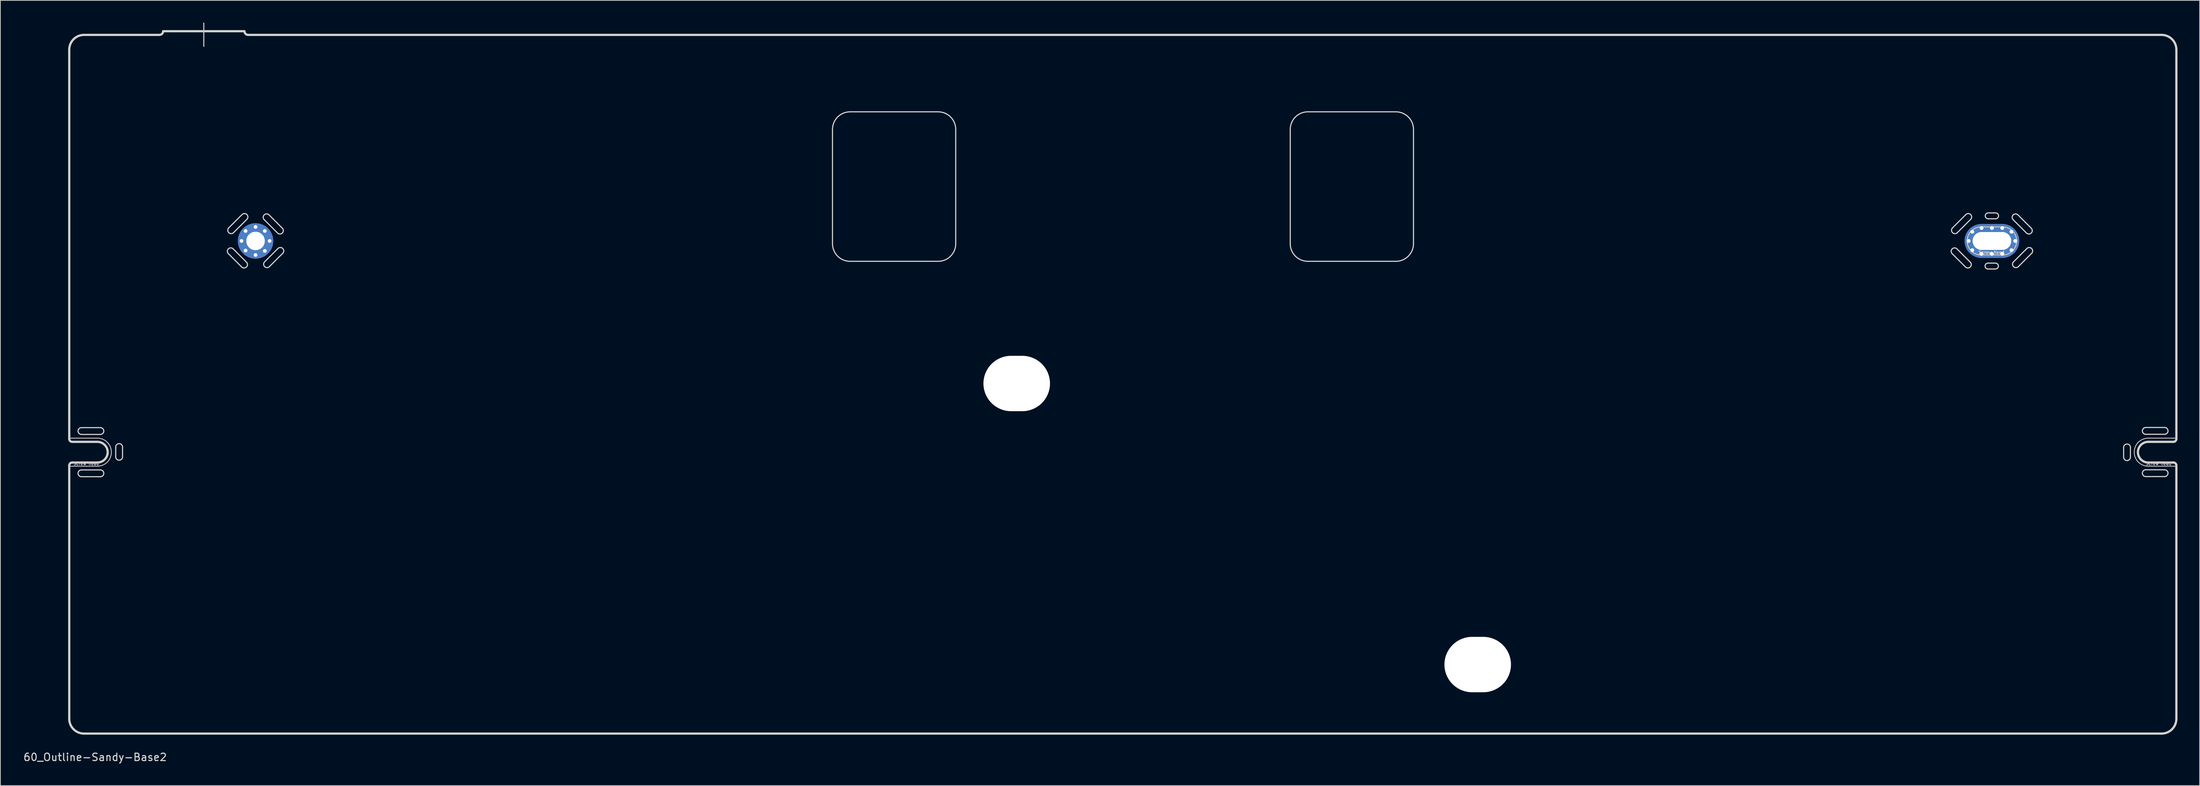
<source format=kicad_pcb>
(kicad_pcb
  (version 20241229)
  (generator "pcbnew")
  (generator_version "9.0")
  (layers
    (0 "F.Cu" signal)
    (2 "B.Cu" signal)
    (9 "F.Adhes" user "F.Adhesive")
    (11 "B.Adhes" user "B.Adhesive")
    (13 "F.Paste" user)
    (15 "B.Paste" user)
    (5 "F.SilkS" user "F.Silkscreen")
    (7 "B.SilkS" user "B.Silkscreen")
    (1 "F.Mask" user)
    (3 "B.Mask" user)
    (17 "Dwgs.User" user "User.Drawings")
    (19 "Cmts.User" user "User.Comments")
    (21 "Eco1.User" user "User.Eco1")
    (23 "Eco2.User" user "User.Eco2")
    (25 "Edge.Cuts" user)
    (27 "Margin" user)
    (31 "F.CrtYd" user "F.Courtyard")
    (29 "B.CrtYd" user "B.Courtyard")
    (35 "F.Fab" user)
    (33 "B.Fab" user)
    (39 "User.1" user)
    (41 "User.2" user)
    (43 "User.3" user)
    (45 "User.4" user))
  (footprint "60_Outline-Sandy-Base2"
    (layer "F.Cu")
    (at 148.815 48.975)
    (property "Reference" "60_Outline-Sandy-Base2" (at -139 50.5 0) (layer "Edge.Cuts") (effects (font (size 1 1) (thickness 0.15))))
    (attr through_hole)
    (fp_line (start -142.5 7.3) (end -138.7 7.3) (stroke (width 0.12) (type solid)) (layer "Dwgs.User"))
    (fp_line (start -142.5 11.1) (end -138.7 11.1) (stroke (width 0.12) (type solid)) (layer "Dwgs.User"))
    (fp_line (start -124.3 -48.9) (end -124.3 -45.75) (stroke (width 0.15) (type solid)) (layer "Dwgs.User"))
    (fp_line (start -15.75 -2.15) (end -12.85 -2.15) (stroke (width 0.12) (type solid)) (layer "Dwgs.User"))
    (fp_line (start -15.75 1.65) (end -12.85 1.65) (stroke (width 0.12) (type solid)) (layer "Dwgs.User"))
    (fp_line (start -15.7 -1.5) (end -12.9 -1.5) (stroke (width 0.12) (type solid)) (layer "Dwgs.User"))
    (fp_line (start -12.9 0.9) (end -15.7 0.9) (stroke (width 0.12) (type solid)) (layer "Dwgs.User"))
    (fp_line (start 46.55 36) (end 49.45 36) (stroke (width 0.12) (type solid)) (layer "Dwgs.User"))
    (fp_line (start 46.55 39.8) (end 49.45 39.8) (stroke (width 0.12) (type solid)) (layer "Dwgs.User"))
    (fp_line (start 46.551 36.055) (end 49.451 36.055) (stroke (width 0.12) (type solid)) (layer "Dwgs.User"))
    (fp_line (start 46.551 39.855) (end 49.451 39.855) (stroke (width 0.12) (type solid)) (layer "Dwgs.User"))
    (fp_line (start 46.601 36.705) (end 49.401 36.705) (stroke (width 0.12) (type solid)) (layer "Dwgs.User"))
    (fp_line (start 49.401 39.105) (end 46.601 39.105) (stroke (width 0.12) (type solid)) (layer "Dwgs.User"))
    (fp_line (start 116.1 -21.3) (end 119 -21.3) (stroke (width 0.12) (type solid)) (layer "Dwgs.User"))
    (fp_line (start 116.1 -21.3) (end 119 -21.3) (stroke (width 0.12) (type solid)) (layer "Dwgs.User"))
    (fp_line (start 116.1 -21.3) (end 119 -21.3) (stroke (width 0.12) (type solid)) (layer "Dwgs.User"))
    (fp_line (start 116.1 -21.3) (end 119 -21.3) (stroke (width 0.12) (type solid)) (layer "Dwgs.User"))
    (fp_line (start 116.1 -17.5) (end 119 -17.5) (stroke (width 0.12) (type solid)) (layer "Dwgs.User"))
    (fp_line (start 116.1 -17.5) (end 119 -17.5) (stroke (width 0.12) (type solid)) (layer "Dwgs.User"))
    (fp_line (start 116.1 -17.5) (end 119 -17.5) (stroke (width 0.12) (type solid)) (layer "Dwgs.User"))
    (fp_line (start 116.1 -17.5) (end 119 -17.5) (stroke (width 0.12) (type solid)) (layer "Dwgs.User"))
    (fp_line (start 138.7 7.3) (end 142.5 7.3) (stroke (width 0.12) (type solid)) (layer "Dwgs.User"))
    (fp_line (start 138.7 11.1) (end 142.5 11.1) (stroke (width 0.12) (type solid)) (layer "Dwgs.User"))
    (fp_arc (start -138.7 7.3) (mid -137.356497 7.856497) (end -136.8 9.2) (stroke (width 0.12) (type solid)) (layer "Dwgs.User"))
    (fp_arc (start -136.8 9.2) (mid -137.356497 10.543503) (end -138.7 11.1) (stroke (width 0.12) (type solid)) (layer "Dwgs.User"))
    (fp_arc (start -17.65 -0.25) (mid -17.093503 -1.593503) (end -15.75 -2.15) (stroke (width 0.12) (type solid)) (layer "Dwgs.User"))
    (fp_arc (start -16.9 -0.3) (mid -16.548528 -1.148528) (end -15.7 -1.5) (stroke (width 0.12) (type solid)) (layer "Dwgs.User"))
    (fp_arc (start -15.75 1.65) (mid -17.093503 1.093503) (end -17.65 -0.25) (stroke (width 0.12) (type solid)) (layer "Dwgs.User"))
    (fp_arc (start -15.7 0.9) (mid -16.548528 0.548528) (end -16.9 -0.3) (stroke (width 0.12) (type solid)) (layer "Dwgs.User"))
    (fp_arc (start -12.9 -1.5) (mid -12.051472 -1.148528) (end -11.7 -0.3) (stroke (width 0.12) (type solid)) (layer "Dwgs.User"))
    (fp_arc (start -12.85 -2.15) (mid -11.506497 -1.593503) (end -10.95 -0.25) (stroke (width 0.12) (type solid)) (layer "Dwgs.User"))
    (fp_arc (start -11.7 -0.3) (mid -12.051472 0.548528) (end -12.9 0.9) (stroke (width 0.12) (type solid)) (layer "Dwgs.User"))
    (fp_arc (start -10.95 -0.25) (mid -11.506497 1.093503) (end -12.85 1.65) (stroke (width 0.12) (type solid)) (layer "Dwgs.User"))
    (fp_arc (start 44.65 37.9) (mid 45.206497 36.556497) (end 46.55 36) (stroke (width 0.12) (type solid)) (layer "Dwgs.User"))
    (fp_arc (start 44.651167 37.955456) (mid 45.207664 36.611953) (end 46.551167 36.055456) (stroke (width 0.12) (type solid)) (layer "Dwgs.User"))
    (fp_arc (start 45.401167 37.905456) (mid 45.752639 37.056928) (end 46.601167 36.705456) (stroke (width 0.12) (type solid)) (layer "Dwgs.User"))
    (fp_arc (start 46.55 39.8) (mid 45.206497 39.243503) (end 44.65 37.9) (stroke (width 0.12) (type solid)) (layer "Dwgs.User"))
    (fp_arc (start 46.551167 39.855456) (mid 45.207664 39.298959) (end 44.651167 37.955456) (stroke (width 0.12) (type solid)) (layer "Dwgs.User"))
    (fp_arc (start 46.601167 39.105456) (mid 45.752639 38.753984) (end 45.401167 37.905456) (stroke (width 0.12) (type solid)) (layer "Dwgs.User"))
    (fp_arc (start 49.401167 36.705456) (mid 50.249695 37.056928) (end 50.601167 37.905456) (stroke (width 0.12) (type solid)) (layer "Dwgs.User"))
    (fp_arc (start 49.45 36) (mid 50.793503 36.556497) (end 51.35 37.9) (stroke (width 0.12) (type solid)) (layer "Dwgs.User"))
    (fp_arc (start 49.451167 36.055456) (mid 50.79467 36.611953) (end 51.351167 37.955456) (stroke (width 0.12) (type solid)) (layer "Dwgs.User"))
    (fp_arc (start 50.601167 37.905456) (mid 50.249695 38.753984) (end 49.401167 39.105456) (stroke (width 0.12) (type solid)) (layer "Dwgs.User"))
    (fp_arc (start 51.35 37.9) (mid 50.793503 39.243503) (end 49.45 39.8) (stroke (width 0.12) (type solid)) (layer "Dwgs.User"))
    (fp_arc (start 51.351167 37.955456) (mid 50.79467 39.298959) (end 49.451167 39.855456) (stroke (width 0.12) (type solid)) (layer "Dwgs.User"))
    (fp_arc (start 114.2 -19.4) (mid 114.756497 -20.743503) (end 116.1 -21.3) (stroke (width 0.12) (type solid)) (layer "Dwgs.User"))
    (fp_arc (start 114.2 -19.4) (mid 114.756497 -20.743503) (end 116.1 -21.3) (stroke (width 0.12) (type solid)) (layer "Dwgs.User"))
    (fp_arc (start 114.2 -19.4) (mid 114.756497 -20.743503) (end 116.1 -21.3) (stroke (width 0.12) (type solid)) (layer "Dwgs.User"))
    (fp_arc (start 114.2 -19.4) (mid 114.756497 -20.743503) (end 116.1 -21.3) (stroke (width 0.12) (type solid)) (layer "Dwgs.User"))
    (fp_arc (start 116.1 -17.5) (mid 114.756497 -18.056497) (end 114.2 -19.4) (stroke (width 0.12) (type solid)) (layer "Dwgs.User"))
    (fp_arc (start 116.1 -17.5) (mid 114.756497 -18.056497) (end 114.2 -19.4) (stroke (width 0.12) (type solid)) (layer "Dwgs.User"))
    (fp_arc (start 116.1 -17.5) (mid 114.756497 -18.056497) (end 114.2 -19.4) (stroke (width 0.12) (type solid)) (layer "Dwgs.User"))
    (fp_arc (start 116.1 -17.5) (mid 114.756497 -18.056497) (end 114.2 -19.4) (stroke (width 0.12) (type solid)) (layer "Dwgs.User"))
    (fp_arc (start 119 -21.3) (mid 120.343503 -20.743503) (end 120.9 -19.4) (stroke (width 0.12) (type solid)) (layer "Dwgs.User"))
    (fp_arc (start 119 -21.3) (mid 120.343503 -20.743503) (end 120.9 -19.4) (stroke (width 0.12) (type solid)) (layer "Dwgs.User"))
    (fp_arc (start 119 -21.3) (mid 120.343503 -20.743503) (end 120.9 -19.4) (stroke (width 0.12) (type solid)) (layer "Dwgs.User"))
    (fp_arc (start 119 -21.3) (mid 120.343503 -20.743503) (end 120.9 -19.4) (stroke (width 0.12) (type solid)) (layer "Dwgs.User"))
    (fp_arc (start 120.9 -19.4) (mid 120.343503 -18.056497) (end 119 -17.5) (stroke (width 0.12) (type solid)) (layer "Dwgs.User"))
    (fp_arc (start 120.9 -19.4) (mid 120.343503 -18.056497) (end 119 -17.5) (stroke (width 0.12) (type solid)) (layer "Dwgs.User"))
    (fp_arc (start 120.9 -19.4) (mid 120.343503 -18.056497) (end 119 -17.5) (stroke (width 0.12) (type solid)) (layer "Dwgs.User"))
    (fp_arc (start 120.9 -19.4) (mid 120.343503 -18.056497) (end 119 -17.5) (stroke (width 0.12) (type solid)) (layer "Dwgs.User"))
    (fp_arc (start 136.8 9.2) (mid 137.356497 7.856497) (end 138.7 7.3) (stroke (width 0.12) (type solid)) (layer "Dwgs.User"))
    (fp_arc (start 138.7 11.1) (mid 137.356497 10.543503) (end 136.8 9.2) (stroke (width 0.12) (type solid)) (layer "Dwgs.User"))
    (fp_line (start -142.5 7.4) (end -142.5 -45.3) (stroke (width 0.3) (type solid)) (layer "Edge.Cuts"))
    (fp_line (start -142.5 45.3) (end -142.5 11) (stroke (width 0.3) (type solid)) (layer "Edge.Cuts"))
    (fp_line (start -142.1 10.6) (end -138.7 10.6) (stroke (width 0.3) (type solid)) (layer "Edge.Cuts"))
    (fp_line (start -140.875 5.875) (end -138.329 5.875) (stroke (width 0.15) (type solid)) (layer "Edge.Cuts"))
    (fp_line (start -140.875 11.6) (end -138.329 11.6) (stroke (width 0.15) (type solid)) (layer "Edge.Cuts"))
    (fp_line (start -140.804 6.795) (end -138.259 6.795) (stroke (width 0.15) (type solid)) (layer "Edge.Cuts"))
    (fp_line (start -140.804 12.52) (end -138.259 12.52) (stroke (width 0.15) (type solid)) (layer "Edge.Cuts"))
    (fp_line (start -140.5 -47.3) (end -130.3 -47.3) (stroke (width 0.3) (type solid)) (layer "Edge.Cuts"))
    (fp_line (start -138.7 7.8) (end -142.1 7.8) (stroke (width 0.3) (type solid)) (layer "Edge.Cuts"))
    (fp_line (start -136.212 9.854) (end -136.212 8.537) (stroke (width 0.15) (type solid)) (layer "Edge.Cuts"))
    (fp_line (start -135.293 9.783) (end -135.293 8.467) (stroke (width 0.15) (type solid)) (layer "Edge.Cuts"))
    (fp_line (start -129.8 -47.8) (end -118.8 -47.8) (stroke (width 0.3) (type solid)) (layer "Edge.Cuts"))
    (fp_line (start -119.15 -15.85) (end -120.95 -17.65) (stroke (width 0.15) (type solid)) (layer "Edge.Cuts"))
    (fp_line (start -119.15 -22.95) (end -120.95 -21.15) (stroke (width 0.15) (type solid)) (layer "Edge.Cuts"))
    (fp_line (start -118.55 -16.55) (end -120.35 -18.35) (stroke (width 0.15) (type solid)) (layer "Edge.Cuts"))
    (fp_line (start -118.45 -22.35) (end -120.25 -20.55) (stroke (width 0.15) (type solid)) (layer "Edge.Cuts"))
    (fp_line (start -114.3 -18.35) (end -116.1 -16.55) (stroke (width 0.15) (type solid)) (layer "Edge.Cuts"))
    (fp_line (start -114.3 -20.45) (end -116.1 -22.25) (stroke (width 0.15) (type solid)) (layer "Edge.Cuts"))
    (fp_line (start -113.7 -21.15) (end -115.5 -22.95) (stroke (width 0.15) (type solid)) (layer "Edge.Cuts"))
    (fp_line (start -113.6 -17.75) (end -115.4 -15.95) (stroke (width 0.15) (type solid)) (layer "Edge.Cuts"))
    (fp_line (start -39.266 -34.503) (end -39.266 -19.025) (stroke (width 0.15) (type solid)) (layer "Edge.Cuts"))
    (fp_line (start -36.884 -36.884) (end -24.978 -36.884) (stroke (width 0.15) (type solid)) (layer "Edge.Cuts"))
    (fp_line (start -36.884 -16.644) (end -24.978 -16.644) (stroke (width 0.15) (type solid)) (layer "Edge.Cuts"))
    (fp_line (start -22.597 -34.503) (end -22.597 -19.025) (stroke (width 0.15) (type solid)) (layer "Edge.Cuts"))
    (fp_line (start 22.647 -34.503) (end 22.647 -19.025) (stroke (width 0.15) (type solid)) (layer "Edge.Cuts"))
    (fp_line (start 25.028 -36.884) (end 36.934 -36.884) (stroke (width 0.15) (type solid)) (layer "Edge.Cuts"))
    (fp_line (start 25.028 -16.644) (end 36.934 -16.644) (stroke (width 0.15) (type solid)) (layer "Edge.Cuts"))
    (fp_line (start 39.316 -34.503) (end 39.316 -19.025) (stroke (width 0.15) (type solid)) (layer "Edge.Cuts"))
    (fp_line (start 114 -15.85) (end 112.2 -17.65) (stroke (width 0.15) (type solid)) (layer "Edge.Cuts"))
    (fp_line (start 114 -22.95) (end 112.2 -21.15) (stroke (width 0.15) (type solid)) (layer "Edge.Cuts"))
    (fp_line (start 114.6 -16.55) (end 112.8 -18.35) (stroke (width 0.15) (type solid)) (layer "Edge.Cuts"))
    (fp_line (start 114.7 -22.35) (end 112.9 -20.55) (stroke (width 0.15) (type solid)) (layer "Edge.Cuts"))
    (fp_line (start 117.025 -16.4) (end 118.025 -16.4) (stroke (width 0.15) (type solid)) (layer "Edge.Cuts"))
    (fp_line (start 117.025 -15.6) (end 118.025 -15.6) (stroke (width 0.15) (type solid)) (layer "Edge.Cuts"))
    (fp_line (start 118.05 -23.2) (end 117.05 -23.2) (stroke (width 0.15) (type solid)) (layer "Edge.Cuts"))
    (fp_line (start 118.05 -22.4) (end 117.05 -22.4) (stroke (width 0.15) (type solid)) (layer "Edge.Cuts"))
    (fp_line (start 122.25 -18.35) (end 120.45 -16.55) (stroke (width 0.15) (type solid)) (layer "Edge.Cuts"))
    (fp_line (start 122.25 -20.45) (end 120.45 -22.25) (stroke (width 0.15) (type solid)) (layer "Edge.Cuts"))
    (fp_line (start 122.85 -21.15) (end 121.05 -22.95) (stroke (width 0.15) (type solid)) (layer "Edge.Cuts"))
    (fp_line (start 122.95 -17.75) (end 121.15 -15.95) (stroke (width 0.15) (type solid)) (layer "Edge.Cuts"))
    (fp_line (start 135.368 8.593) (end 135.368 9.909) (stroke (width 0.15) (type solid)) (layer "Edge.Cuts"))
    (fp_line (start 136.287 8.522) (end 136.287 9.839) (stroke (width 0.15) (type solid)) (layer "Edge.Cuts"))
    (fp_line (start 138.7 7.8) (end 142.1 7.8) (stroke (width 0.3) (type solid)) (layer "Edge.Cuts"))
    (fp_line (start 138.7 10.6) (end 142.1 10.6) (stroke (width 0.3) (type solid)) (layer "Edge.Cuts"))
    (fp_line (start 140.5 -47.3) (end -118.3 -47.3) (stroke (width 0.3) (type solid)) (layer "Edge.Cuts"))
    (fp_line (start 140.5 47.3) (end -140.5 47.3) (stroke (width 0.3) (type solid)) (layer "Edge.Cuts"))
    (fp_line (start 140.879 5.856) (end 138.334 5.856) (stroke (width 0.15) (type solid)) (layer "Edge.Cuts"))
    (fp_line (start 140.879 11.581) (end 138.334 11.581) (stroke (width 0.15) (type solid)) (layer "Edge.Cuts"))
    (fp_line (start 140.95 6.775) (end 138.404 6.775) (stroke (width 0.15) (type solid)) (layer "Edge.Cuts"))
    (fp_line (start 140.95 12.5) (end 138.404 12.5) (stroke (width 0.15) (type solid)) (layer "Edge.Cuts"))
    (fp_line (start 142.5 7.4) (end 142.5 -45.3) (stroke (width 0.3) (type solid)) (layer "Edge.Cuts"))
    (fp_line (start 142.5 11) (end 142.5 45.3) (stroke (width 0.3) (type solid)) (layer "Edge.Cuts"))
    (fp_arc (start -142.5 -45.3) (mid -141.914214 -46.714214) (end -140.5 -47.3) (stroke (width 0.3) (type solid)) (layer "Edge.Cuts"))
    (fp_arc (start -142.5 11) (mid -142.382843 10.717157) (end -142.1 10.6) (stroke (width 0.3) (type solid)) (layer "Edge.Cuts"))
    (fp_arc (start -142.1 7.8) (mid -142.382843 7.682843) (end -142.5 7.4) (stroke (width 0.3) (type solid)) (layer "Edge.Cuts"))
    (fp_arc (start -140.804248 6.794637) (mid -141.299233 6.370376) (end -140.87496 5.875401) (stroke (width 0.15) (type solid)) (layer "Edge.Cuts"))
    (fp_arc (start -140.804248 12.519637) (mid -141.299233 12.095376) (end -140.87496 11.600401) (stroke (width 0.15) (type solid)) (layer "Edge.Cuts"))
    (fp_arc (start -140.5 47.3) (mid -141.914214 46.714214) (end -142.5 45.3) (stroke (width 0.3) (type solid)) (layer "Edge.Cuts"))
    (fp_arc (start -138.7 7.8) (mid -137.710051 8.210051) (end -137.3 9.2) (stroke (width 0.3) (type solid)) (layer "Edge.Cuts"))
    (fp_arc (start -138.329376 5.875401) (mid -137.834396 6.299663) (end -138.258664 6.794637) (stroke (width 0.15) (type solid)) (layer "Edge.Cuts"))
    (fp_arc (start -138.329376 11.600401) (mid -137.834396 12.024663) (end -138.258664 12.519637) (stroke (width 0.15) (type solid)) (layer "Edge.Cuts"))
    (fp_arc (start -137.3 9.2) (mid -137.710051 10.189949) (end -138.7 10.6) (stroke (width 0.3) (type solid)) (layer "Edge.Cuts"))
    (fp_arc (start -136.211786 8.537227) (mid -135.787515 8.042315) (end -135.29255 8.466515) (stroke (width 0.15) (type solid)) (layer "Edge.Cuts"))
    (fp_arc (start -135.29255 9.782811) (mid -135.716803 10.277841) (end -136.211786 9.853523) (stroke (width 0.15) (type solid)) (layer "Edge.Cuts"))
    (fp_arc (start -129.8 -47.8) (mid -129.946447 -47.446447) (end -130.3 -47.3) (stroke (width 0.3) (type solid)) (layer "Edge.Cuts"))
    (fp_arc (start -120.94996 -17.6496) (mid -121.000041 -18.299656) (end -120.349962 -18.349598) (stroke (width 0.15) (type solid)) (layer "Edge.Cuts"))
    (fp_arc (start -120.249961 -20.549601) (mid -120.899969 -20.499639) (end -120.949959 -21.149599) (stroke (width 0.15) (type solid)) (layer "Edge.Cuts"))
    (fp_arc (start -119.149959 -22.949599) (mid -118.499971 -22.999637) (end -118.449961 -22.349601) (stroke (width 0.15) (type solid)) (layer "Edge.Cuts"))
    (fp_arc (start -118.549962 -16.549598) (mid -118.500043 -15.899658) (end -119.14996 -15.8496) (stroke (width 0.15) (type solid)) (layer "Edge.Cuts"))
    (fp_arc (start -118.3 -47.3) (mid -118.653553 -47.446447) (end -118.8 -47.8) (stroke (width 0.3) (type solid)) (layer "Edge.Cuts"))
    (fp_arc (start -116.099957 -22.249603) (mid -116.150038 -22.899654) (end -115.499959 -22.949601) (stroke (width 0.15) (type solid)) (layer "Edge.Cuts"))
    (fp_arc (start -115.399962 -15.949602) (mid -116.049968 -15.89964) (end -116.09996 -16.5496) (stroke (width 0.15) (type solid)) (layer "Edge.Cuts"))
    (fp_arc (start -114.29996 -18.3496) (mid -113.64997 -18.399638) (end -113.599962 -17.749602) (stroke (width 0.15) (type solid)) (layer "Edge.Cuts"))
    (fp_arc (start -113.699959 -21.149601) (mid -113.65004 -20.499656) (end -114.299957 -20.449603) (stroke (width 0.15) (type solid)) (layer "Edge.Cuts"))
    (fp_arc (start -39.265625 -34.503085) (mid -38.568199 -36.186909) (end -36.884375 -36.884335) (stroke (width 0.15) (type solid)) (layer "Edge.Cuts"))
    (fp_arc (start -36.884375 -16.64371) (mid -38.568174 -17.341161) (end -39.265625 -19.02496) (stroke (width 0.15) (type solid)) (layer "Edge.Cuts"))
    (fp_arc (start -24.978125 -36.884335) (mid -23.294347 -36.186863) (end -22.596875 -34.503085) (stroke (width 0.15) (type solid)) (layer "Edge.Cuts"))
    (fp_arc (start -22.596875 -19.02496) (mid -23.294304 -17.341139) (end -24.978125 -16.64371) (stroke (width 0.15) (type solid)) (layer "Edge.Cuts"))
    (fp_arc (start 22.646875 -34.503085) (mid 23.344301 -36.186909) (end 25.028125 -36.884335) (stroke (width 0.15) (type solid)) (layer "Edge.Cuts"))
    (fp_arc (start 25.028125 -16.64371) (mid 23.344326 -17.341161) (end 22.646875 -19.02496) (stroke (width 0.15) (type solid)) (layer "Edge.Cuts"))
    (fp_arc (start 36.934375 -36.884335) (mid 38.618153 -36.186863) (end 39.315625 -34.503085) (stroke (width 0.15) (type solid)) (layer "Edge.Cuts"))
    (fp_arc (start 39.315625 -19.02496) (mid 38.618196 -17.341139) (end 36.934375 -16.64371) (stroke (width 0.15) (type solid)) (layer "Edge.Cuts"))
    (fp_arc (start 112.200001 -17.649958) (mid 112.149892 -18.300049) (end 112.799999 -18.349956) (stroke (width 0.15) (type solid)) (layer "Edge.Cuts"))
    (fp_arc (start 112.9 -20.549959) (mid 112.250054 -20.50002) (end 112.200002 -21.149957) (stroke (width 0.15) (type solid)) (layer "Edge.Cuts"))
    (fp_arc (start 114.000002 -22.949957) (mid 114.650052 -23.000018) (end 114.7 -22.349959) (stroke (width 0.15) (type solid)) (layer "Edge.Cuts"))
    (fp_arc (start 114.599999 -16.549956) (mid 114.64989 -15.900051) (end 114.000001 -15.849958) (stroke (width 0.15) (type solid)) (layer "Edge.Cuts"))
    (fp_arc (start 117.025 -15.600318) (mid 116.624929 -16.000318) (end 117.025 -16.400318) (stroke (width 0.15) (type solid)) (layer "Edge.Cuts"))
    (fp_arc (start 117.049965 -22.39998) (mid 116.650091 -22.79998) (end 117.049965 -23.19998) (stroke (width 0.15) (type solid)) (layer "Edge.Cuts"))
    (fp_arc (start 118.025035 -16.400298) (mid 118.424909 -16.000298) (end 118.025035 -15.600298) (stroke (width 0.15) (type solid)) (layer "Edge.Cuts"))
    (fp_arc (start 118.05 -23.19996) (mid 118.450071 -22.79996) (end 118.05 -22.39996) (stroke (width 0.15) (type solid)) (layer "Edge.Cuts"))
    (fp_arc (start 120.450001 -22.249961) (mid 120.399895 -22.90005) (end 121.049999 -22.949959) (stroke (width 0.15) (type solid)) (layer "Edge.Cuts"))
    (fp_arc (start 121.149996 -15.94996) (mid 120.500054 -15.900025) (end 120.449998 -16.549958) (stroke (width 0.15) (type solid)) (layer "Edge.Cuts"))
    (fp_arc (start 122.249998 -18.349958) (mid 122.900052 -18.400023) (end 122.949996 -17.74996) (stroke (width 0.15) (type solid)) (layer "Edge.Cuts"))
    (fp_arc (start 122.849999 -21.149959) (mid 122.899838 -20.500099) (end 122.250001 -20.449961) (stroke (width 0.15) (type solid)) (layer "Edge.Cuts"))
    (fp_arc (start 135.36763 8.592989) (mid 135.791893 8.098026) (end 136.286866 8.522277) (stroke (width 0.15) (type solid)) (layer "Edge.Cuts"))
    (fp_arc (start 136.286866 9.838573) (mid 135.862605 10.333562) (end 135.36763 9.909285) (stroke (width 0.15) (type solid)) (layer "Edge.Cuts"))
    (fp_arc (start 137.3 9.2) (mid 137.710051 8.210051) (end 138.7 7.8) (stroke (width 0.3) (type solid)) (layer "Edge.Cuts"))
    (fp_arc (start 138.404456 6.775399) (mid 137.909411 6.351141) (end 138.333744 5.856163) (stroke (width 0.15) (type solid)) (layer "Edge.Cuts"))
    (fp_arc (start 138.404456 12.500399) (mid 137.909411 12.076141) (end 138.333744 11.581163) (stroke (width 0.15) (type solid)) (layer "Edge.Cuts"))
    (fp_arc (start 138.7 10.6) (mid 137.710051 10.189949) (end 137.3 9.2) (stroke (width 0.3) (type solid)) (layer "Edge.Cuts"))
    (fp_arc (start 140.5 -47.3) (mid 141.914214 -46.714214) (end 142.5 -45.3) (stroke (width 0.3) (type solid)) (layer "Edge.Cuts"))
    (fp_arc (start 140.879328 5.856163) (mid 141.374248 6.280429) (end 140.95004 6.775399) (stroke (width 0.15) (type solid)) (layer "Edge.Cuts"))
    (fp_arc (start 140.879328 11.581163) (mid 141.374248 12.005429) (end 140.95004 12.500399) (stroke (width 0.15) (type solid)) (layer "Edge.Cuts"))
    (fp_arc (start 142.1 10.6) (mid 142.382843 10.717157) (end 142.5 11) (stroke (width 0.3) (type solid)) (layer "Edge.Cuts"))
    (fp_arc (start 142.5 7.4) (mid 142.382843 7.682843) (end 142.1 7.8) (stroke (width 0.3) (type solid)) (layer "Edge.Cuts"))
    (fp_arc (start 142.5 45.3) (mid 141.914214 46.714214) (end 140.5 47.3) (stroke (width 0.3) (type solid)) (layer "Edge.Cuts"))
    (fp_text user "Relief hole" (at 48 40.3 0) (layer "Dwgs.User") (effects (font (size 0.4 0.4) (thickness 0.08))))
    (fp_text user "Screw head" (at 117.5 -17.85 0) (layer "Dwgs.User") (effects (font (size 0.4 0.4) (thickness 0.08))))
    (fp_text user "Relief hole" (at -14.3 2 0) (layer "Dwgs.User") (effects (font (size 0.4 0.4) (thickness 0.08))))
    (fp_text user "Screw head" (at 117.5 -17.85 0) (layer "Dwgs.User") (effects (font (size 0.4 0.4) (thickness 0.08))))
    (fp_text user "Screw head" (at 48.05 39.45 0) (layer "Dwgs.User") (effects (font (size 0.4 0.4) (thickness 0.08))))
    (fp_text user "Screw head" (at 117.5 -17.85 0) (layer "Dwgs.User") (effects (font (size 0.4 0.4) (thickness 0.08))))
    (fp_text user "Screw head" (at 140.1 10.75 0) (layer "Dwgs.User") (effects (font (size 0.4 0.4) (thickness 0.08))))
    (fp_text user "Screw head" (at -140.2 10.75 0) (layer "Dwgs.User") (effects (font (size 0.4 0.4) (thickness 0.08))))
    (fp_text user "Screw head" (at -14.3 1.275 0) (layer "Dwgs.User") (effects (font (size 0.4 0.4) (thickness 0.08))))
    (fp_text user "Screw Head" (at 117.5 -17.85 0) (layer "Dwgs.User") (effects (font (size 0.4 0.4) (thickness 0.08))))
    (fp_text user "Screw head" (at 117.5 -17.85 0) (layer "Dwgs.User") (effects (font (size 0.4 0.4) (thickness 0.08))))
    (pad "" np_thru_hole oval (at -14.35 -0.1) (size 9 7.5) (drill oval 9 7.5) (layers "*.Cu" "*.Mask"))
    (pad "" np_thru_hole oval (at 48.001 37.955) (size 9 7.5) (drill oval 9 7.5) (layers "*.Cu" "*.Mask"))
    (pad "" np_thru_hole oval (at 117.55 -19.4) (size 5.2 2.4) (drill oval 5.2 2.4) (layers "*.Cu" "*.Mask"))
    (pad "" np_thru_hole oval (at 117.55 -19.4) (size 5.2 2.4) (drill oval 5.2 2.4) (layers "*.Cu" "*.Mask"))
    (pad "1" thru_hole circle (at -119.2 -19.4) (size 1 1) (drill 0.5) (layers "*.Cu" "*.Mask"))
    (pad "1" thru_hole circle (at -118.65 -20.75) (size 1 1) (drill 0.5) (layers "*.Cu" "*.Mask"))
    (pad "1" thru_hole circle (at -118.65 -18.1) (size 1 1) (drill 0.5) (layers "*.Cu" "*.Mask"))
    (pad "1" thru_hole circle (at -117.3 -21.3) (size 1 1) (drill 0.5) (layers "*.Cu" "*.Mask"))
    (pad "1" thru_hole circle (at -117.3 -19.4) (size 4.8 4.8) (drill 2.499) (layers "*.Cu" "*.Mask"))
    (pad "1" thru_hole circle (at -117.3 -17.5) (size 1 1) (drill 0.5) (layers "*.Cu" "*.Mask"))
    (pad "1" thru_hole circle (at -116.05 -20.75) (size 1 1) (drill 0.5) (layers "*.Cu" "*.Mask"))
    (pad "1" thru_hole circle (at -116.05 -18.05) (size 1 1) (drill 0.5) (layers "*.Cu" "*.Mask"))
    (pad "1" thru_hole circle (at -115.4 -19.4) (size 1 1) (drill 0.5) (layers "*.Cu" "*.Mask"))
    (pad "1" thru_hole circle (at 114.4 -19.4) (size 1 1) (drill 0.5) (layers "*.Cu" "*.Mask"))
    (pad "1" thru_hole circle (at 114.4 -19.4) (size 1 1) (drill 0.5) (layers "*.Cu" "*.Mask"))
    (pad "1" thru_hole circle (at 114.9 -20.65) (size 1 1) (drill 0.5) (layers "*.Cu" "*.Mask"))
    (pad "1" thru_hole circle (at 114.9 -20.65) (size 1 1) (drill 0.5) (layers "*.Cu" "*.Mask"))
    (pad "1" thru_hole circle (at 114.9 -18.15) (size 1 1) (drill 0.5) (layers "*.Cu" "*.Mask"))
    (pad "1" thru_hole circle (at 114.9 -18.15) (size 1 1) (drill 0.5) (layers "*.Cu" "*.Mask"))
    (pad "1" thru_hole circle (at 116.15 -21.15) (size 1 1) (drill 0.5) (layers "*.Cu" "*.Mask"))
    (pad "1" thru_hole circle (at 116.15 -21.15) (size 1 1) (drill 0.5) (layers "*.Cu" "*.Mask"))
    (pad "1" thru_hole circle (at 116.15 -17.65) (size 1 1) (drill 0.5) (layers "*.Cu" "*.Mask"))
    (pad "1" thru_hole circle (at 116.15 -17.65) (size 1 1) (drill 0.5) (layers "*.Cu" "*.Mask"))
    (pad "1" thru_hole circle (at 117.55 -21.15) (size 1 1) (drill 0.5) (layers "*.Cu" "*.Mask"))
    (pad "1" thru_hole circle (at 117.55 -21.15) (size 1 1) (drill 0.5) (layers "*.Cu" "*.Mask"))
    (pad "1" thru_hole oval (at 117.55 -19.4) (size 7.4 4.6) (drill oval 5.2 2.4) (layers "*.Cu" "*.Mask"))
    (pad "1" thru_hole circle (at 117.55 -17.65) (size 1 1) (drill 0.5) (layers "*.Cu" "*.Mask"))
    (pad "1" thru_hole circle (at 117.55 -17.65) (size 1 1) (drill 0.5) (layers "*.Cu" "*.Mask"))
    (pad "1" thru_hole circle (at 118.95 -21.15) (size 1 1) (drill 0.5) (layers "*.Cu" "*.Mask"))
    (pad "1" thru_hole circle (at 118.95 -21.15) (size 1 1) (drill 0.5) (layers "*.Cu" "*.Mask"))
    (pad "1" thru_hole circle (at 118.95 -17.65) (size 1 1) (drill 0.5) (layers "*.Cu" "*.Mask"))
    (pad "1" thru_hole circle (at 118.95 -17.65) (size 1 1) (drill 0.5) (layers "*.Cu" "*.Mask"))
    (pad "1" thru_hole circle (at 120.2 -20.65) (size 1 1) (drill 0.5) (layers "*.Cu" "*.Mask"))
    (pad "1" thru_hole circle (at 120.2 -20.65) (size 1 1) (drill 0.5) (layers "*.Cu" "*.Mask"))
    (pad "1" thru_hole circle (at 120.2 -18.15) (size 1 1) (drill 0.5) (layers "*.Cu" "*.Mask"))
    (pad "1" thru_hole circle (at 120.2 -18.15) (size 1 1) (drill 0.5) (layers "*.Cu" "*.Mask"))
    (pad "1" thru_hole circle (at 120.7 -19.4) (size 1 1) (drill 0.5) (layers "*.Cu" "*.Mask"))
    (pad "1" thru_hole circle (at 120.7 -19.4) (size 1 1) (drill 0.5) (layers "*.Cu" "*.Mask")))
  (gr_rect
    (start -3 -3)
    (end 294.465 103.323)
    (stroke (width 0.1) (type default))
    (fill no)
    (layer "Edge.Cuts")))
</source>
